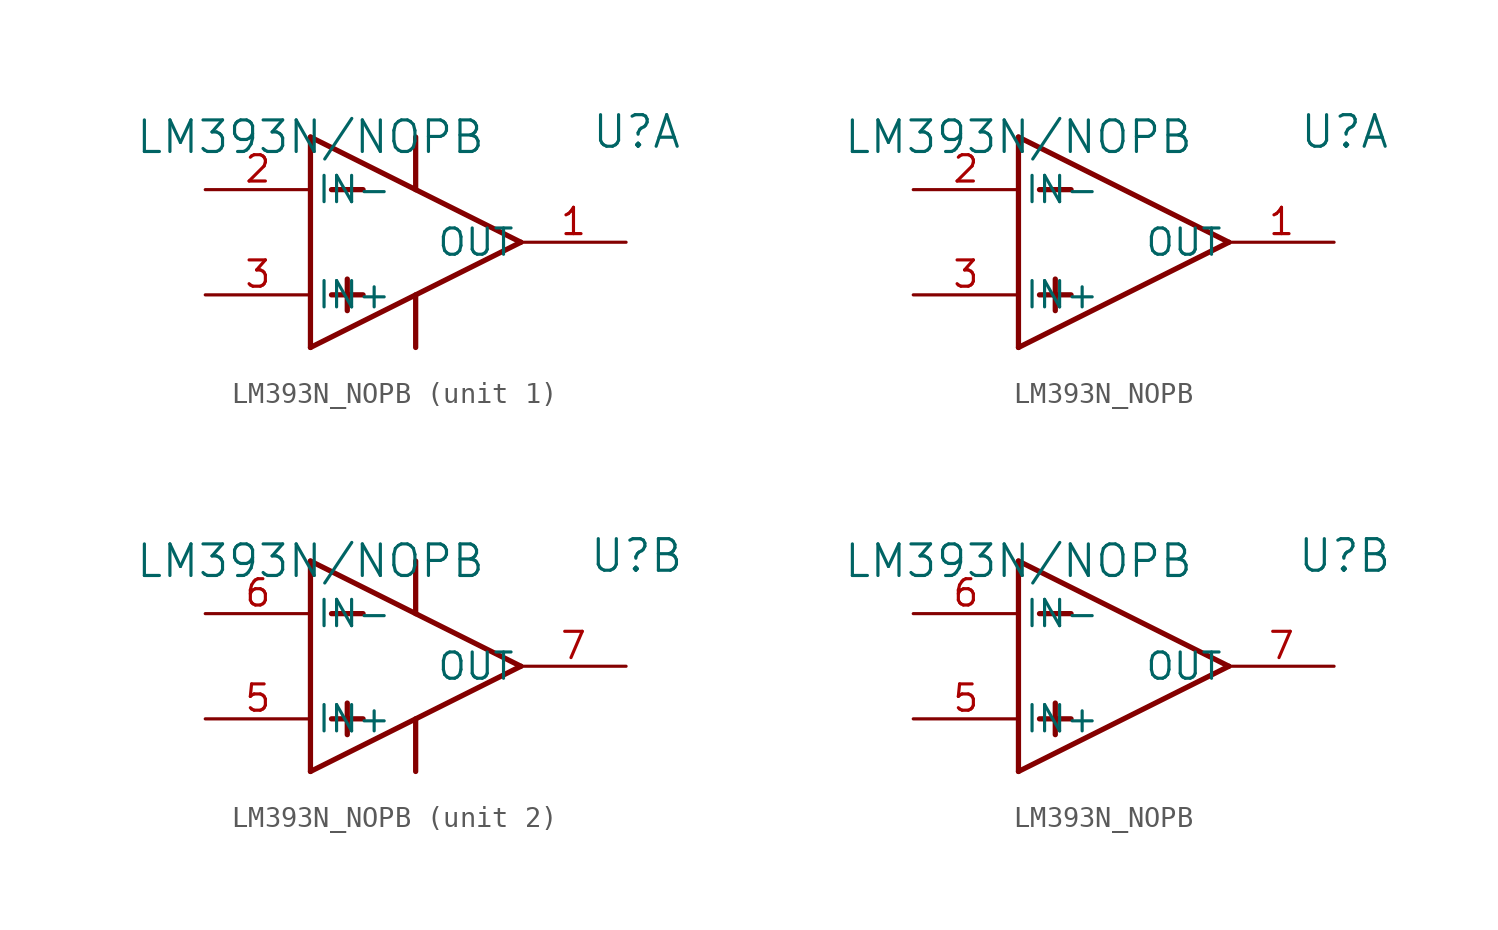
<source format=kicad_sym>
(kicad_symbol_lib
  (version 20211014)
  (generator kicad_symbol_editor)
  (symbol "LM393N_NOPB"
    (pin_names
      (offset 0.254))
    (property "Reference" "U"
      (at 15.748 0.254 0)
      (effects (font (size 1.524 1.524))))
    (property "Value" "LM393N/NOPB"
      (at 0 0 0)
      (effects (font (size 1.524 1.524))))
    (symbol "LM393N_NOPB_1_1"
      (polyline (pts (xy 0 0) (xy 10.16 -5.08)) (stroke (width 0.254) (type default) (color 0 0 0 0)) (fill (type none)))
      (polyline (pts (xy 0 -10.16) (xy 10.16 -5.08)) (stroke (width 0.254) (type default) (color 0 0 0 0)) (fill (type none)))
      (polyline (pts (xy 0 0) (xy 0 -10.16)) (stroke (width 0.254) (type default) (color 0 0 0 0)) (fill (type none)))
      (polyline (pts (xy 1.016 -2.54) (xy 2.54 -2.54)) (stroke (width 0.254) (type default) (color 0 0 0 0)) (fill (type none)))
      (polyline (pts (xy 1.016 -7.62) (xy 2.54 -7.62)) (stroke (width 0.254) (type default) (color 0 0 0 0)) (fill (type none)))
      (polyline (pts (xy 1.778 -6.858) (xy 1.778 -8.382)) (stroke (width 0.254) (type default) (color 0 0 0 0)) (fill (type none)))
      (polyline (pts (xy 5.08 0) (xy 5.08 -2.54)) (stroke (width 0.254) (type default) (color 0 0 0 0)) (fill (type none)))
      (polyline (pts (xy 5.08 -7.62) (xy 5.08 -10.16)) (stroke (width 0.254) (type default) (color 0 0 0 0)) (fill (type none)))
      (pin input line (at -5.08 -2.54 0) (length 5.08) (name "IN-" (effects (font (size 1.27 1.27)))) (number "2" (effects (font (size 1.27 1.27)))))
      (pin input line (at -5.08 -7.62 0) (length 5.08) (name "IN+" (effects (font (size 1.27 1.27)))) (number "3" (effects (font (size 1.27 1.27)))))
      (pin output line (at 15.24 -5.08 180) (length 5.08) (name "OUT" (effects (font (size 1.27 1.27)))) (number "1" (effects (font (size 1.27 1.27))))))
    (symbol "LM393N_NOPB_1_2"
      (polyline (pts (xy 0 0) (xy 10.16 -5.08)) (stroke (width 0.254) (type default) (color 0 0 0 0)) (fill (type none)))
      (polyline (pts (xy 0 -10.16) (xy 10.16 -5.08)) (stroke (width 0.254) (type default) (color 0 0 0 0)) (fill (type none)))
      (polyline (pts (xy 0 0) (xy 0 -10.16)) (stroke (width 0.254) (type default) (color 0 0 0 0)) (fill (type none)))
      (polyline (pts (xy 1.016 -2.54) (xy 2.54 -2.54)) (stroke (width 0.254) (type default) (color 0 0 0 0)) (fill (type none)))
      (polyline (pts (xy 1.016 -7.62) (xy 2.54 -7.62)) (stroke (width 0.254) (type default) (color 0 0 0 0)) (fill (type none)))
      (polyline (pts (xy 1.778 -6.858) (xy 1.778 -8.382)) (stroke (width 0.254) (type default) (color 0 0 0 0)) (fill (type none)))
      (pin input line (at -5.08 -2.54 0) (length 5.08) (name "IN-" (effects (font (size 1.27 1.27)))) (number "2" (effects (font (size 1.27 1.27)))))
      (pin input line (at -5.08 -7.62 0) (length 5.08) (name "IN+" (effects (font (size 1.27 1.27)))) (number "3" (effects (font (size 1.27 1.27)))))
      (pin output line (at 15.24 -5.08 180) (length 5.08) (name "OUT" (effects (font (size 1.27 1.27)))) (number "1" (effects (font (size 1.27 1.27))))))
    (symbol "LM393N_NOPB_2_1"
      (polyline (pts (xy 0 0) (xy 10.16 -5.08)) (stroke (width 0.254) (type default) (color 0 0 0 0)) (fill (type none)))
      (polyline (pts (xy 0 -10.16) (xy 10.16 -5.08)) (stroke (width 0.254) (type default) (color 0 0 0 0)) (fill (type none)))
      (polyline (pts (xy 0 0) (xy 0 -10.16)) (stroke (width 0.254) (type default) (color 0 0 0 0)) (fill (type none)))
      (polyline (pts (xy 1.016 -2.54) (xy 2.54 -2.54)) (stroke (width 0.254) (type default) (color 0 0 0 0)) (fill (type none)))
      (polyline (pts (xy 1.016 -7.62) (xy 2.54 -7.62)) (stroke (width 0.254) (type default) (color 0 0 0 0)) (fill (type none)))
      (polyline (pts (xy 1.778 -6.858) (xy 1.778 -8.382)) (stroke (width 0.254) (type default) (color 0 0 0 0)) (fill (type none)))
      (polyline (pts (xy 5.08 0) (xy 5.08 -2.54)) (stroke (width 0.254) (type default) (color 0 0 0 0)) (fill (type none)))
      (polyline (pts (xy 5.08 -7.62) (xy 5.08 -10.16)) (stroke (width 0.254) (type default) (color 0 0 0 0)) (fill (type none)))
      (pin input line (at -5.08 -7.62 0) (length 5.08) (name "IN+" (effects (font (size 1.27 1.27)))) (number "5" (effects (font (size 1.27 1.27)))))
      (pin input line (at -5.08 -2.54 0) (length 5.08) (name "IN-" (effects (font (size 1.27 1.27)))) (number "6" (effects (font (size 1.27 1.27)))))
      (pin output line (at 15.24 -5.08 180) (length 5.08) (name "OUT" (effects (font (size 1.27 1.27)))) (number "7" (effects (font (size 1.27 1.27))))))
    (symbol "LM393N_NOPB_2_2"
      (polyline (pts (xy 0 0) (xy 10.16 -5.08)) (stroke (width 0.254) (type default) (color 0 0 0 0)) (fill (type none)))
      (polyline (pts (xy 0 -10.16) (xy 10.16 -5.08)) (stroke (width 0.254) (type default) (color 0 0 0 0)) (fill (type none)))
      (polyline (pts (xy 0 0) (xy 0 -10.16)) (stroke (width 0.254) (type default) (color 0 0 0 0)) (fill (type none)))
      (polyline (pts (xy 1.016 -2.54) (xy 2.54 -2.54)) (stroke (width 0.254) (type default) (color 0 0 0 0)) (fill (type none)))
      (polyline (pts (xy 1.016 -7.62) (xy 2.54 -7.62)) (stroke (width 0.254) (type default) (color 0 0 0 0)) (fill (type none)))
      (polyline (pts (xy 1.778 -6.858) (xy 1.778 -8.382)) (stroke (width 0.254) (type default) (color 0 0 0 0)) (fill (type none)))
      (pin input line (at -5.08 -7.62 0) (length 5.08) (name "IN+" (effects (font (size 1.27 1.27)))) (number "5" (effects (font (size 1.27 1.27)))))
      (pin input line (at -5.08 -2.54 0) (length 5.08) (name "IN-" (effects (font (size 1.27 1.27)))) (number "6" (effects (font (size 1.27 1.27)))))
      (pin output line (at 15.24 -5.08 180) (length 5.08) (name "OUT" (effects (font (size 1.27 1.27)))) (number "7" (effects (font (size 1.27 1.27))))))))
</source>
